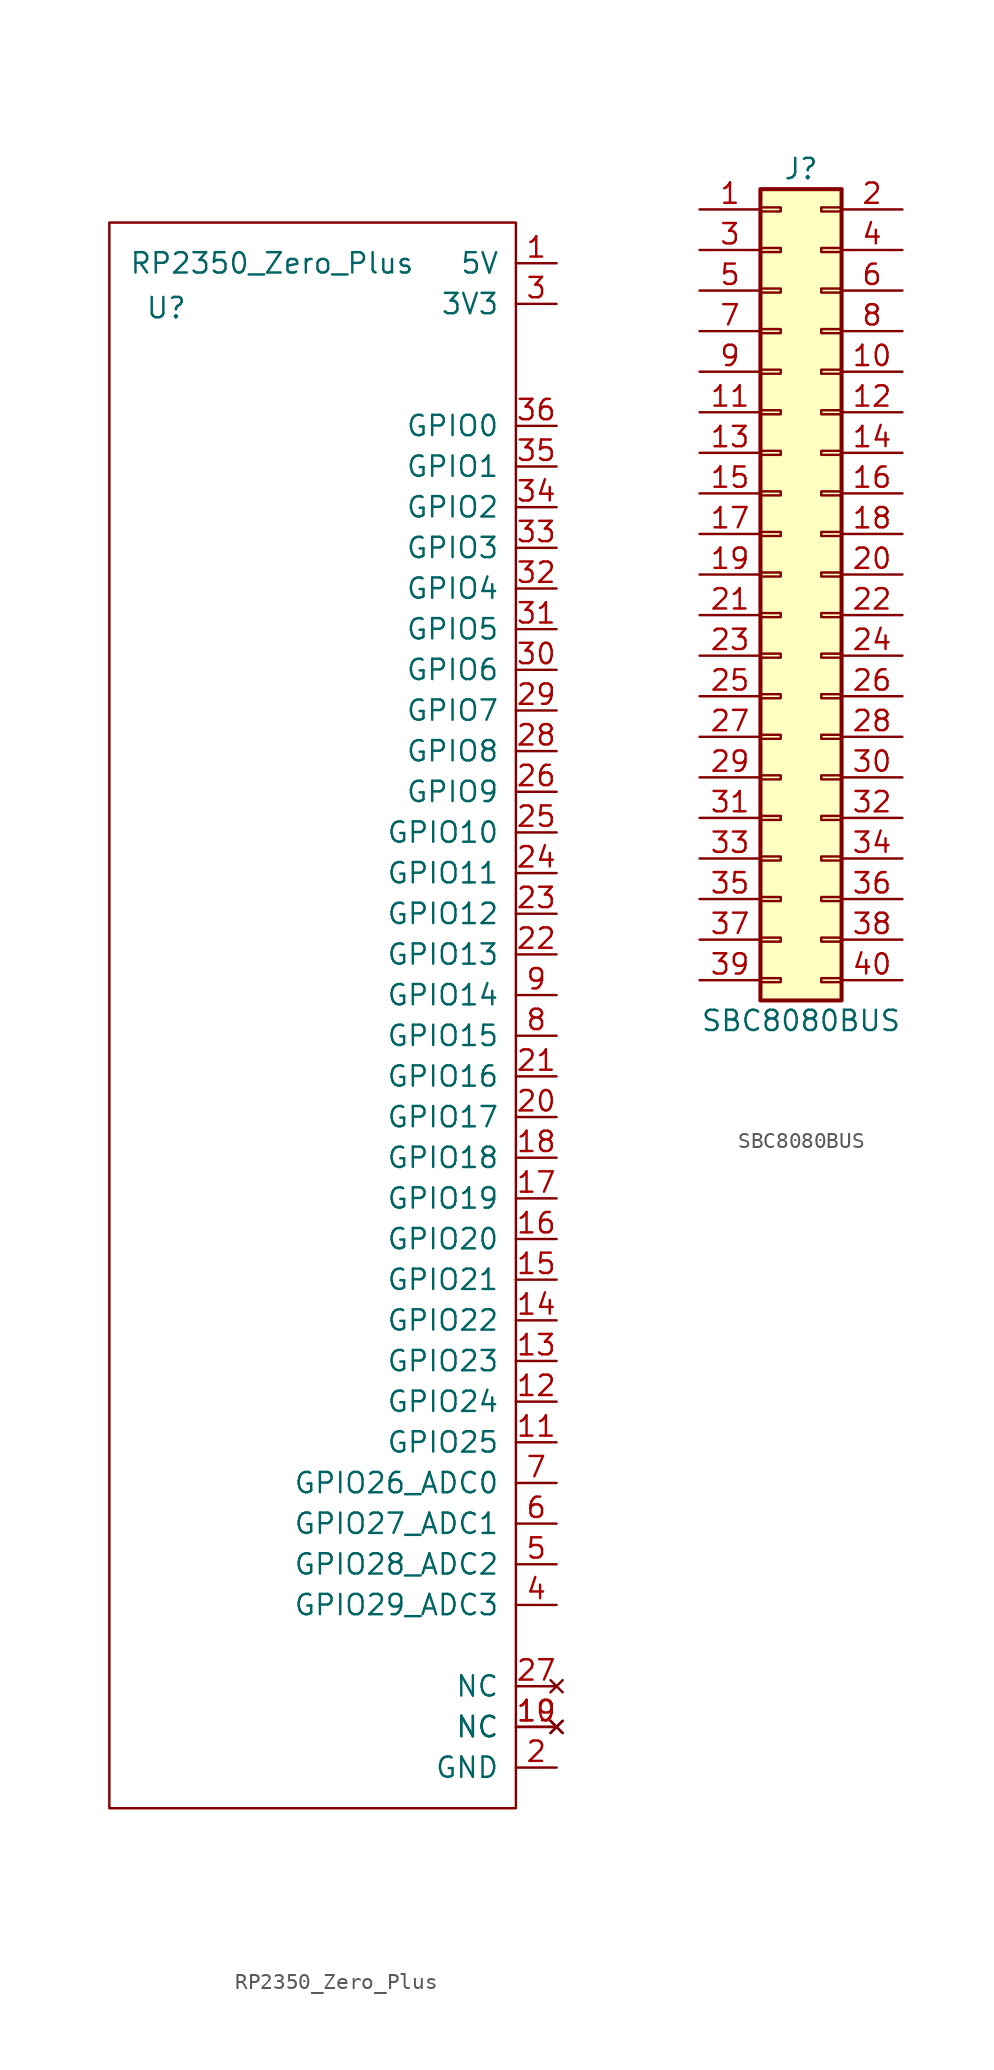
<source format=kicad_sym>
(kicad_symbol_lib
  (version 20241209)
  (generator "kicad_symbol_editor")
  (generator_version "9.0")
  (symbol "RP2350_Zero_Plus"
    (pin_names
      (offset 1.016))
    (property "Reference" "U"
      (at -9.144 44.196 0)
      (effects (font (size 1.27 1.27))))
    (property "Value" "RP2350_Zero_Plus"
      (at -2.54 46.99 0)
      (effects (font (size 1.27 1.27))))
    (symbol "RP2350_Zero_Plus_0_1"
      (rectangle (start -12.7 49.53) (end 12.7 -49.53) (stroke (width 0) (type default)) (fill (type none))))
    (symbol "RP2350_Zero_Plus_1_0"
      (pin no_connect line (at 15.24 -41.91 180) (length 2.54) (name "NC" (effects (font (size 1.27 1.27)))) (number "27" (effects (font (size 1.27 1.27)))))
      (pin no_connect line (at 15.24 -44.45 180) (length 2.54) (name "NC" (effects (font (size 1.27 1.27)))) (number "10" (effects (font (size 1.27 1.27))))))
    (symbol "RP2350_Zero_Plus_1_1"
      (pin power_out line (at 15.24 46.99 180) (length 2.54) (name "5V" (effects (font (size 1.27 1.27)))) (number "1" (effects (font (size 1.27 1.27)))))
      (pin power_out line (at 15.24 44.45 180) (length 2.54) (name "3V3" (effects (font (size 1.27 1.27)))) (number "3" (effects (font (size 1.27 1.27)))))
      (pin bidirectional line (at 15.24 36.83 180) (length 2.54) (name "GPIO0" (effects (font (size 1.27 1.27)))) (number "36" (effects (font (size 1.27 1.27)))))
      (pin bidirectional line (at 15.24 34.29 180) (length 2.54) (name "GPIO1" (effects (font (size 1.27 1.27)))) (number "35" (effects (font (size 1.27 1.27)))))
      (pin bidirectional line (at 15.24 31.75 180) (length 2.54) (name "GPIO2" (effects (font (size 1.27 1.27)))) (number "34" (effects (font (size 1.27 1.27)))))
      (pin bidirectional line (at 15.24 29.21 180) (length 2.54) (name "GPIO3" (effects (font (size 1.27 1.27)))) (number "33" (effects (font (size 1.27 1.27)))))
      (pin bidirectional line (at 15.24 26.67 180) (length 2.54) (name "GPIO4" (effects (font (size 1.27 1.27)))) (number "32" (effects (font (size 1.27 1.27)))))
      (pin bidirectional line (at 15.24 24.13 180) (length 2.54) (name "GPIO5" (effects (font (size 1.27 1.27)))) (number "31" (effects (font (size 1.27 1.27)))))
      (pin bidirectional line (at 15.24 21.59 180) (length 2.54) (name "GPIO6" (effects (font (size 1.27 1.27)))) (number "30" (effects (font (size 1.27 1.27)))))
      (pin bidirectional line (at 15.24 19.05 180) (length 2.54) (name "GPIO7" (effects (font (size 1.27 1.27)))) (number "29" (effects (font (size 1.27 1.27)))))
      (pin bidirectional line (at 15.24 16.51 180) (length 2.54) (name "GPIO8" (effects (font (size 1.27 1.27)))) (number "28" (effects (font (size 1.27 1.27)))))
      (pin bidirectional line (at 15.24 13.97 180) (length 2.54) (name "GPIO9" (effects (font (size 1.27 1.27)))) (number "26" (effects (font (size 1.27 1.27)))))
      (pin bidirectional line (at 15.24 11.43 180) (length 2.54) (name "GPIO10" (effects (font (size 1.27 1.27)))) (number "25" (effects (font (size 1.27 1.27)))))
      (pin bidirectional line (at 15.24 8.89 180) (length 2.54) (name "GPIO11" (effects (font (size 1.27 1.27)))) (number "24" (effects (font (size 1.27 1.27)))))
      (pin bidirectional line (at 15.24 6.35 180) (length 2.54) (name "GPIO12" (effects (font (size 1.27 1.27)))) (number "23" (effects (font (size 1.27 1.27)))))
      (pin bidirectional line (at 15.24 3.81 180) (length 2.54) (name "GPIO13" (effects (font (size 1.27 1.27)))) (number "22" (effects (font (size 1.27 1.27)))))
      (pin bidirectional line (at 15.24 1.27 180) (length 2.54) (name "GPIO14" (effects (font (size 1.27 1.27)))) (number "9" (effects (font (size 1.27 1.27)))))
      (pin bidirectional line (at 15.24 -1.27 180) (length 2.54) (name "GPIO15" (effects (font (size 1.27 1.27)))) (number "8" (effects (font (size 1.27 1.27)))))
      (pin bidirectional line (at 15.24 -3.81 180) (length 2.54) (name "GPIO16" (effects (font (size 1.27 1.27)))) (number "21" (effects (font (size 1.27 1.27)))))
      (pin bidirectional line (at 15.24 -6.35 180) (length 2.54) (name "GPIO17" (effects (font (size 1.27 1.27)))) (number "20" (effects (font (size 1.27 1.27)))))
      (pin bidirectional line (at 15.24 -8.89 180) (length 2.54) (name "GPIO18" (effects (font (size 1.27 1.27)))) (number "18" (effects (font (size 1.27 1.27)))))
      (pin bidirectional line (at 15.24 -11.43 180) (length 2.54) (name "GPIO19" (effects (font (size 1.27 1.27)))) (number "17" (effects (font (size 1.27 1.27)))))
      (pin bidirectional line (at 15.24 -13.97 180) (length 2.54) (name "GPIO20" (effects (font (size 1.27 1.27)))) (number "16" (effects (font (size 1.27 1.27)))))
      (pin bidirectional line (at 15.24 -16.51 180) (length 2.54) (name "GPIO21" (effects (font (size 1.27 1.27)))) (number "15" (effects (font (size 1.27 1.27)))))
      (pin bidirectional line (at 15.24 -19.05 180) (length 2.54) (name "GPIO22" (effects (font (size 1.27 1.27)))) (number "14" (effects (font (size 1.27 1.27)))))
      (pin bidirectional line (at 15.24 -21.59 180) (length 2.54) (name "GPIO23" (effects (font (size 1.27 1.27)))) (number "13" (effects (font (size 1.27 1.27)))))
      (pin bidirectional line (at 15.24 -24.13 180) (length 2.54) (name "GPIO24" (effects (font (size 1.27 1.27)))) (number "12" (effects (font (size 1.27 1.27)))))
      (pin bidirectional line (at 15.24 -26.67 180) (length 2.54) (name "GPIO25" (effects (font (size 1.27 1.27)))) (number "11" (effects (font (size 1.27 1.27)))))
      (pin bidirectional line (at 15.24 -29.21 180) (length 2.54) (name "GPIO26_ADC0" (effects (font (size 1.27 1.27)))) (number "7" (effects (font (size 1.27 1.27)))))
      (pin bidirectional line (at 15.24 -31.75 180) (length 2.54) (name "GPIO27_ADC1" (effects (font (size 1.27 1.27)))) (number "6" (effects (font (size 1.27 1.27)))))
      (pin bidirectional line (at 15.24 -34.29 180) (length 2.54) (name "GPIO28_ADC2" (effects (font (size 1.27 1.27)))) (number "5" (effects (font (size 1.27 1.27)))))
      (pin bidirectional line (at 15.24 -36.83 180) (length 2.54) (name "GPIO29_ADC3" (effects (font (size 1.27 1.27)))) (number "4" (effects (font (size 1.27 1.27)))))
      (pin no_connect line (at 15.24 -44.45 180) (length 2.54) (name "NC" (effects (font (size 1.27 1.27)))) (number "19" (effects (font (size 1.27 1.27)))))
      (pin power_out line (at 15.24 -46.99 180) (length 2.54) (name "GND" (effects (font (size 1.27 1.27)))) (number "2" (effects (font (size 1.27 1.27)))))))
  (symbol "SBC8080BUS"
    (pin_names
      (offset 1.016)
      (hide yes))
    (property "Reference" "J"
      (at 1.27 25.4 0)
      (effects (font (size 1.27 1.27))))
    (property "Value" "SBC8080BUS"
      (at 1.27 -27.94 0)
      (effects (font (size 1.27 1.27))))
    (symbol "SBC8080BUS_1_1"
      (rectangle (start -1.27 24.13) (end 3.81 -26.67) (stroke (width 0.254) (type default)) (fill (type background)))
      (rectangle (start -1.27 22.987) (end 0 22.733) (stroke (width 0.152) (type default)) (fill (type none)))
      (rectangle (start -1.27 20.447) (end 0 20.193) (stroke (width 0.152) (type default)) (fill (type none)))
      (rectangle (start -1.27 17.907) (end 0 17.653) (stroke (width 0.152) (type default)) (fill (type none)))
      (rectangle (start -1.27 15.367) (end 0 15.113) (stroke (width 0.152) (type default)) (fill (type none)))
      (rectangle (start -1.27 12.827) (end 0 12.573) (stroke (width 0.152) (type default)) (fill (type none)))
      (rectangle (start -1.27 10.287) (end 0 10.033) (stroke (width 0.152) (type default)) (fill (type none)))
      (rectangle (start -1.27 7.747) (end 0 7.493) (stroke (width 0.152) (type default)) (fill (type none)))
      (rectangle (start -1.27 5.207) (end 0 4.953) (stroke (width 0.152) (type default)) (fill (type none)))
      (rectangle (start -1.27 2.667) (end 0 2.413) (stroke (width 0.152) (type default)) (fill (type none)))
      (rectangle (start -1.27 0.127) (end 0 -0.127) (stroke (width 0.152) (type default)) (fill (type none)))
      (rectangle (start -1.27 -2.413) (end 0 -2.667) (stroke (width 0.152) (type default)) (fill (type none)))
      (rectangle (start -1.27 -4.953) (end 0 -5.207) (stroke (width 0.152) (type default)) (fill (type none)))
      (rectangle (start -1.27 -7.493) (end 0 -7.747) (stroke (width 0.152) (type default)) (fill (type none)))
      (rectangle (start -1.27 -10.033) (end 0 -10.287) (stroke (width 0.152) (type default)) (fill (type none)))
      (rectangle (start -1.27 -12.573) (end 0 -12.827) (stroke (width 0.152) (type default)) (fill (type none)))
      (rectangle (start -1.27 -15.113) (end 0 -15.367) (stroke (width 0.152) (type default)) (fill (type none)))
      (rectangle (start -1.27 -17.653) (end 0 -17.907) (stroke (width 0.152) (type default)) (fill (type none)))
      (rectangle (start -1.27 -20.193) (end 0 -20.447) (stroke (width 0.152) (type default)) (fill (type none)))
      (rectangle (start -1.27 -22.733) (end 0 -22.987) (stroke (width 0.152) (type default)) (fill (type none)))
      (rectangle (start -1.27 -25.273) (end 0 -25.527) (stroke (width 0.152) (type default)) (fill (type none)))
      (rectangle (start 3.81 22.987) (end 2.54 22.733) (stroke (width 0.152) (type default)) (fill (type none)))
      (rectangle (start 3.81 20.447) (end 2.54 20.193) (stroke (width 0.152) (type default)) (fill (type none)))
      (rectangle (start 3.81 17.907) (end 2.54 17.653) (stroke (width 0.152) (type default)) (fill (type none)))
      (rectangle (start 3.81 15.367) (end 2.54 15.113) (stroke (width 0.152) (type default)) (fill (type none)))
      (rectangle (start 3.81 12.827) (end 2.54 12.573) (stroke (width 0.152) (type default)) (fill (type none)))
      (rectangle (start 3.81 10.287) (end 2.54 10.033) (stroke (width 0.152) (type default)) (fill (type none)))
      (rectangle (start 3.81 7.747) (end 2.54 7.493) (stroke (width 0.152) (type default)) (fill (type none)))
      (rectangle (start 3.81 5.207) (end 2.54 4.953) (stroke (width 0.152) (type default)) (fill (type none)))
      (rectangle (start 3.81 2.667) (end 2.54 2.413) (stroke (width 0.152) (type default)) (fill (type none)))
      (rectangle (start 3.81 0.127) (end 2.54 -0.127) (stroke (width 0.152) (type default)) (fill (type none)))
      (rectangle (start 3.81 -2.413) (end 2.54 -2.667) (stroke (width 0.152) (type default)) (fill (type none)))
      (rectangle (start 3.81 -4.953) (end 2.54 -5.207) (stroke (width 0.152) (type default)) (fill (type none)))
      (rectangle (start 3.81 -7.493) (end 2.54 -7.747) (stroke (width 0.152) (type default)) (fill (type none)))
      (rectangle (start 3.81 -10.033) (end 2.54 -10.287) (stroke (width 0.152) (type default)) (fill (type none)))
      (rectangle (start 3.81 -12.573) (end 2.54 -12.827) (stroke (width 0.152) (type default)) (fill (type none)))
      (rectangle (start 3.81 -15.113) (end 2.54 -15.367) (stroke (width 0.152) (type default)) (fill (type none)))
      (rectangle (start 3.81 -17.653) (end 2.54 -17.907) (stroke (width 0.152) (type default)) (fill (type none)))
      (rectangle (start 3.81 -20.193) (end 2.54 -20.447) (stroke (width 0.152) (type default)) (fill (type none)))
      (rectangle (start 3.81 -22.733) (end 2.54 -22.987) (stroke (width 0.152) (type default)) (fill (type none)))
      (rectangle (start 3.81 -25.273) (end 2.54 -25.527) (stroke (width 0.152) (type default)) (fill (type none)))
      (pin power_out line (at -5.08 22.86 0) (length 3.81) (name "5V" (effects (font (size 1.27 1.27)))) (number "1" (effects (font (size 1.27 1.27)))))
      (pin power_out line (at -5.08 20.32 0) (length 3.81) (name "5V" (effects (font (size 1.27 1.27)))) (number "3" (effects (font (size 1.27 1.27)))))
      (pin free line (at -5.08 17.78 0) (length 3.81) (name "NC" (effects (font (size 1.27 1.27)))) (number "5" (effects (font (size 1.27 1.27)))))
      (pin input line (at -5.08 15.24 0) (length 3.81) (name "WAIT" (effects (font (size 1.27 1.27)))) (number "7" (effects (font (size 1.27 1.27)))))
      (pin bidirectional line (at -5.08 12.7 0) (length 3.81) (name "D0" (effects (font (size 1.27 1.27)))) (number "9" (effects (font (size 1.27 1.27)))))
      (pin bidirectional line (at -5.08 10.16 0) (length 3.81) (name "D2" (effects (font (size 1.27 1.27)))) (number "11" (effects (font (size 1.27 1.27)))))
      (pin bidirectional line (at -5.08 7.62 0) (length 3.81) (name "D4" (effects (font (size 1.27 1.27)))) (number "13" (effects (font (size 1.27 1.27)))))
      (pin bidirectional line (at -5.08 5.08 0) (length 3.81) (name "D6" (effects (font (size 1.27 1.27)))) (number "15" (effects (font (size 1.27 1.27)))))
      (pin output line (at -5.08 2.54 0) (length 3.81) (name "MREQ" (effects (font (size 1.27 1.27)))) (number "17" (effects (font (size 1.27 1.27)))))
      (pin output line (at -5.08 0 0) (length 3.81) (name "IORQ" (effects (font (size 1.27 1.27)))) (number "19" (effects (font (size 1.27 1.27)))))
      (pin input line (at -5.08 -2.54 0) (length 3.81) (name "RESET" (effects (font (size 1.27 1.27)))) (number "21" (effects (font (size 1.27 1.27)))))
      (pin input line (at -5.08 -5.08 0) (length 3.81) (name "INT" (effects (font (size 1.27 1.27)))) (number "23" (effects (font (size 1.27 1.27)))))
      (pin bidirectional line (at -5.08 -7.62 0) (length 3.81) (name "A0" (effects (font (size 1.27 1.27)))) (number "25" (effects (font (size 1.27 1.27)))))
      (pin bidirectional line (at -5.08 -10.16 0) (length 3.81) (name "A2" (effects (font (size 1.27 1.27)))) (number "27" (effects (font (size 1.27 1.27)))))
      (pin bidirectional line (at -5.08 -12.7 0) (length 3.81) (name "A4" (effects (font (size 1.27 1.27)))) (number "29" (effects (font (size 1.27 1.27)))))
      (pin bidirectional line (at -5.08 -15.24 0) (length 3.81) (name "A6" (effects (font (size 1.27 1.27)))) (number "31" (effects (font (size 1.27 1.27)))))
      (pin bidirectional line (at -5.08 -17.78 0) (length 3.81) (name "A8" (effects (font (size 1.27 1.27)))) (number "33" (effects (font (size 1.27 1.27)))))
      (pin bidirectional line (at -5.08 -20.32 0) (length 3.81) (name "A10" (effects (font (size 1.27 1.27)))) (number "35" (effects (font (size 1.27 1.27)))))
      (pin bidirectional line (at -5.08 -22.86 0) (length 3.81) (name "A12" (effects (font (size 1.27 1.27)))) (number "37" (effects (font (size 1.27 1.27)))))
      (pin bidirectional line (at -5.08 -25.4 0) (length 3.81) (name "A14" (effects (font (size 1.27 1.27)))) (number "39" (effects (font (size 1.27 1.27)))))
      (pin power_out line (at 7.62 22.86 180) (length 3.81) (name "GND" (effects (font (size 1.27 1.27)))) (number "2" (effects (font (size 1.27 1.27)))))
      (pin power_out line (at 7.62 20.32 180) (length 3.81) (name "GND" (effects (font (size 1.27 1.27)))) (number "4" (effects (font (size 1.27 1.27)))))
      (pin free line (at 7.62 17.78 180) (length 3.81) (name "NC" (effects (font (size 1.27 1.27)))) (number "6" (effects (font (size 1.27 1.27)))))
      (pin input line (at 7.62 15.24 180) (length 3.81) (name "CLK" (effects (font (size 1.27 1.27)))) (number "8" (effects (font (size 1.27 1.27)))))
      (pin bidirectional line (at 7.62 12.7 180) (length 3.81) (name "D1" (effects (font (size 1.27 1.27)))) (number "10" (effects (font (size 1.27 1.27)))))
      (pin bidirectional line (at 7.62 10.16 180) (length 3.81) (name "D3" (effects (font (size 1.27 1.27)))) (number "12" (effects (font (size 1.27 1.27)))))
      (pin bidirectional line (at 7.62 7.62 180) (length 3.81) (name "D5" (effects (font (size 1.27 1.27)))) (number "14" (effects (font (size 1.27 1.27)))))
      (pin bidirectional line (at 7.62 5.08 180) (length 3.81) (name "D7" (effects (font (size 1.27 1.27)))) (number "16" (effects (font (size 1.27 1.27)))))
      (pin output line (at 7.62 2.54 180) (length 3.81) (name "RD" (effects (font (size 1.27 1.27)))) (number "18" (effects (font (size 1.27 1.27)))))
      (pin output line (at 7.62 0 180) (length 3.81) (name "WR" (effects (font (size 1.27 1.27)))) (number "20" (effects (font (size 1.27 1.27)))))
      (pin output line (at 7.62 -2.54 180) (length 3.81) (name "BUSAK" (effects (font (size 1.27 1.27)))) (number "22" (effects (font (size 1.27 1.27)))))
      (pin input line (at 7.62 -5.08 180) (length 3.81) (name "BUSRQ" (effects (font (size 1.27 1.27)))) (number "24" (effects (font (size 1.27 1.27)))))
      (pin bidirectional line (at 7.62 -7.62 180) (length 3.81) (name "A1" (effects (font (size 1.27 1.27)))) (number "26" (effects (font (size 1.27 1.27)))))
      (pin bidirectional line (at 7.62 -10.16 180) (length 3.81) (name "A3" (effects (font (size 1.27 1.27)))) (number "28" (effects (font (size 1.27 1.27)))))
      (pin bidirectional line (at 7.62 -12.7 180) (length 3.81) (name "A5" (effects (font (size 1.27 1.27)))) (number "30" (effects (font (size 1.27 1.27)))))
      (pin bidirectional line (at 7.62 -15.24 180) (length 3.81) (name "A7" (effects (font (size 1.27 1.27)))) (number "32" (effects (font (size 1.27 1.27)))))
      (pin bidirectional line (at 7.62 -17.78 180) (length 3.81) (name "A9" (effects (font (size 1.27 1.27)))) (number "34" (effects (font (size 1.27 1.27)))))
      (pin bidirectional line (at 7.62 -20.32 180) (length 3.81) (name "A11" (effects (font (size 1.27 1.27)))) (number "36" (effects (font (size 1.27 1.27)))))
      (pin bidirectional line (at 7.62 -22.86 180) (length 3.81) (name "A13" (effects (font (size 1.27 1.27)))) (number "38" (effects (font (size 1.27 1.27)))))
      (pin bidirectional line (at 7.62 -25.4 180) (length 3.81) (name "A15" (effects (font (size 1.27 1.27)))) (number "40" (effects (font (size 1.27 1.27))))))))
</source>
